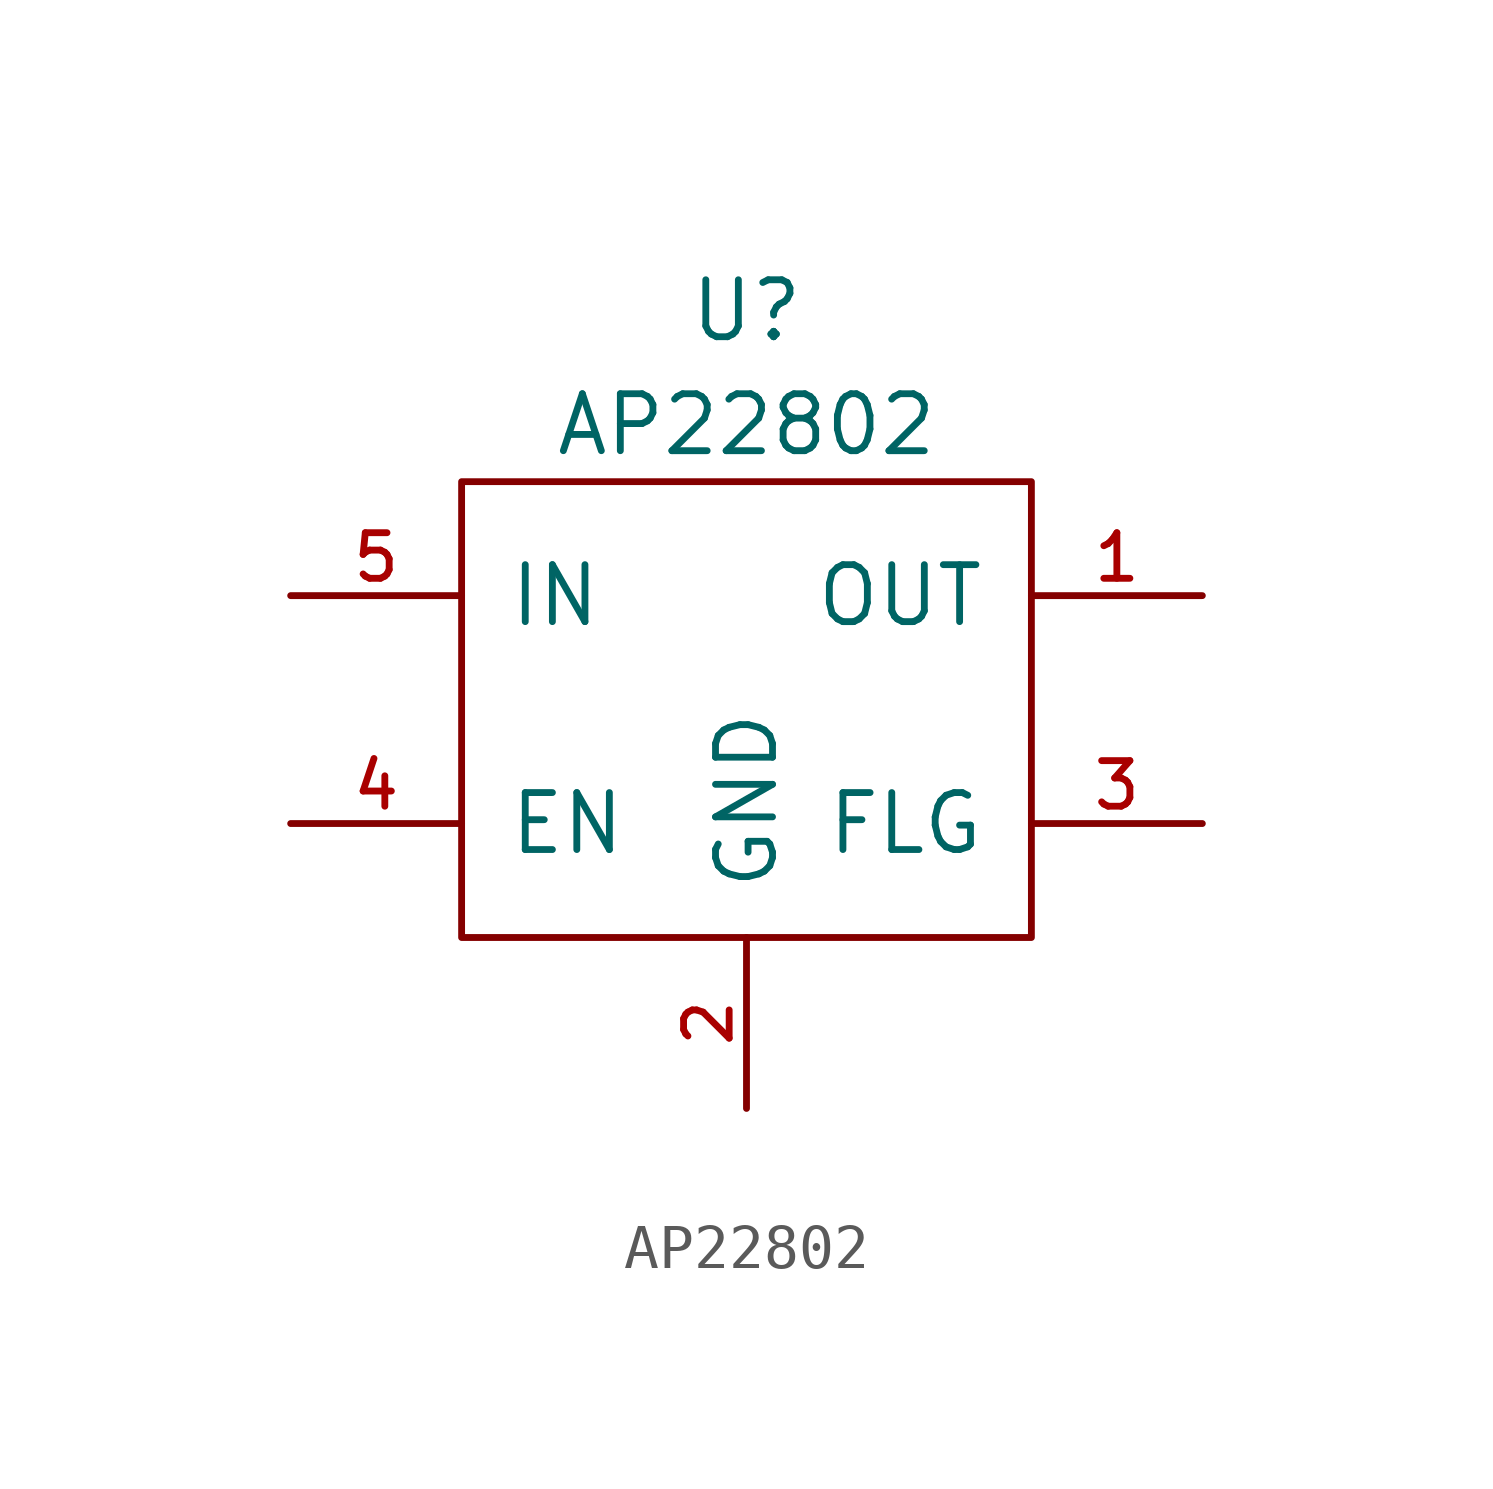
<source format=kicad_sym>
(kicad_symbol_lib
  (version 20211014)
  (generator kicad_symbol_editor)
  (symbol "AP22802"
    (pin_names
      (offset 1.016))
    (property "Reference" "U"
      (at 0 8.89 0)
      (effects (font (size 1.27 1.27))))
    (property "Value" "AP22802"
      (at 0 6.35 0)
      (effects (font (size 1.27 1.27))))
    (symbol "AP22802_0_1"
      (rectangle (start -6.35 -5.08) (end 6.35 5.08) (stroke (width 0) (type default) (color 0 0 0 0)) (fill (type none))))
    (symbol "AP22802_1_1"
      (pin power_out line (at 10.16 2.54 180) (length 3.81) (name "OUT" (effects (font (size 1.27 1.27)))) (number "1" (effects (font (size 1.016 1.016)))))
      (pin power_in line (at 0 -8.89 90) (length 3.81) (name "GND" (effects (font (size 1.27 1.27)))) (number "2" (effects (font (size 1.016 1.016)))))
      (pin open_collector line (at 10.16 -2.54 180) (length 3.81) (name "FLG" (effects (font (size 1.27 1.27)))) (number "3" (effects (font (size 1.016 1.016)))))
      (pin input line (at -10.16 -2.54 0) (length 3.81) (name "EN" (effects (font (size 1.27 1.27)))) (number "4" (effects (font (size 1.016 1.016)))))
      (pin power_in line (at -10.16 2.54 0) (length 3.81) (name "IN" (effects (font (size 1.27 1.27)))) (number "5" (effects (font (size 1.016 1.016))))))))
</source>
